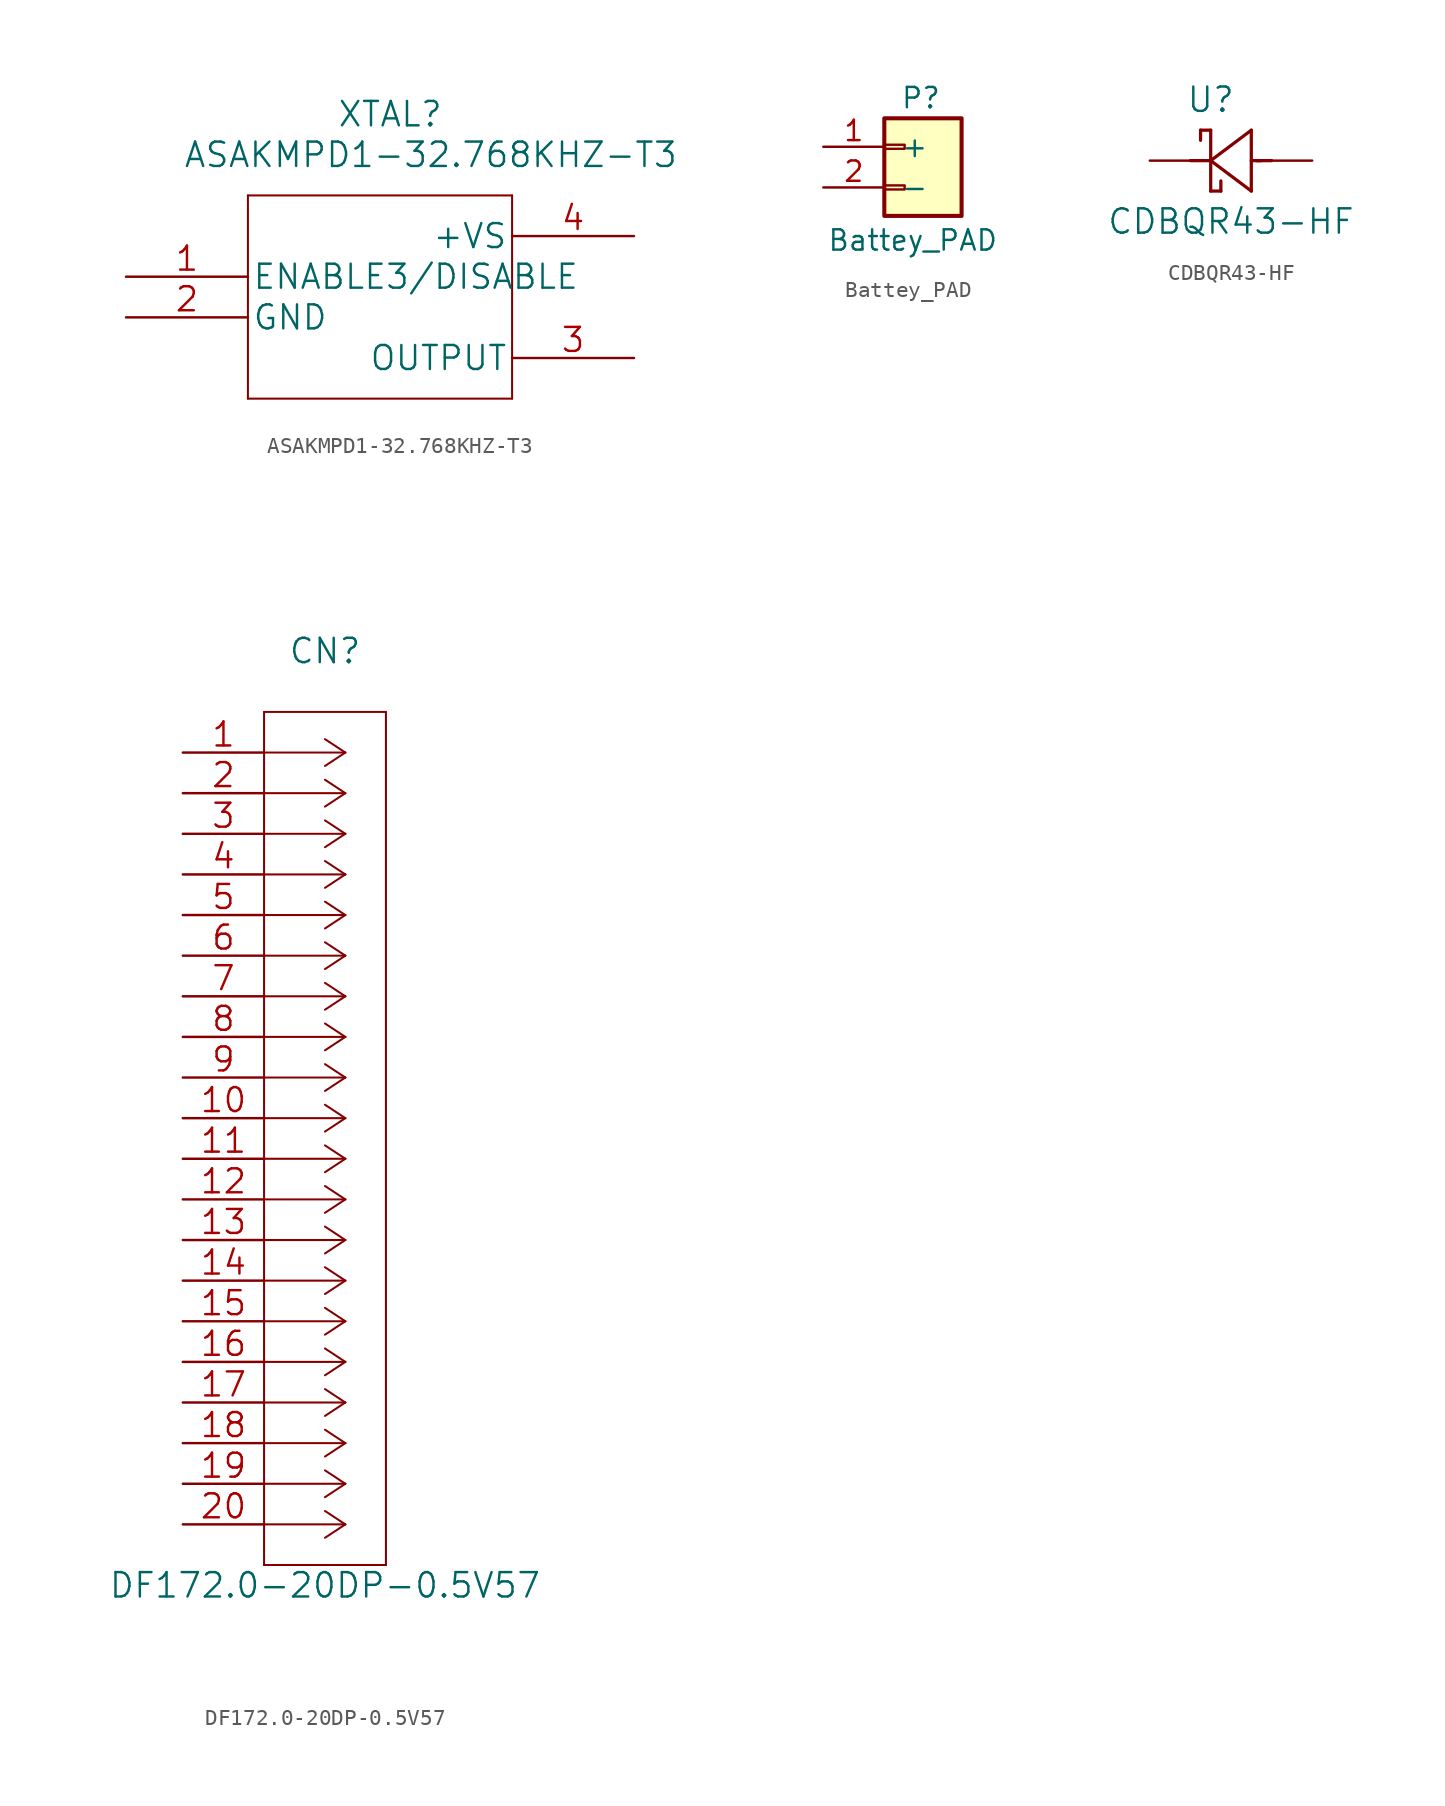
<source format=kicad_sym>
(kicad_symbol_lib
  (version 20211014)
  (generator kicad_symbol_editor)
  (symbol "ASAKMPD1-32.768KHZ-T3"
    (pin_names
      (offset 0.254))
    (property "Reference" "XTAL"
      (at 16.51 10.16 0)
      (effects (font (size 1.524 1.524))))
    (property "Value" "ASAKMPD1-32.768KHZ-T3"
      (at 19.05 7.62 0)
      (effects (font (size 1.524 1.524))))
    (property "Datasheet" ""
      (at 0 0 0)
      (effects (font (size 1.524 1.524))))
    (property "ki_locked" ""
      (at 0 0 0)
      (effects (font (size 1.27 1.27))))
    (symbol "ASAKMPD1-32.768KHZ-T3_1_1"
      (polyline (pts (xy 7.62 -7.62) (xy 24.13 -7.62)) (stroke (width 0.127) (type default) (color 0 0 0 0)) (fill (type none)))
      (polyline (pts (xy 7.62 5.08) (xy 7.62 -7.62)) (stroke (width 0.127) (type default) (color 0 0 0 0)) (fill (type none)))
      (polyline (pts (xy 24.13 -7.62) (xy 24.13 5.08)) (stroke (width 0.127) (type default) (color 0 0 0 0)) (fill (type none)))
      (polyline (pts (xy 24.13 5.08) (xy 7.62 5.08)) (stroke (width 0.127) (type default) (color 0 0 0 0)) (fill (type none)))
      (pin input line (at 0 0 0) (length 7.62) (name "ENABLE3/DISABLE" (effects (font (size 1.499 1.499)))) (number "1" (effects (font (size 1.499 1.499)))))
      (pin power_in line (at 0 -2.54 0) (length 7.62) (name "GND" (effects (font (size 1.499 1.499)))) (number "2" (effects (font (size 1.499 1.499)))))
      (pin output line (at 31.75 -5.08 180) (length 7.62) (name "OUTPUT" (effects (font (size 1.499 1.499)))) (number "3" (effects (font (size 1.499 1.499)))))
      (pin power_in line (at 31.75 2.54 180) (length 7.62) (name "+VS" (effects (font (size 1.499 1.499)))) (number "4" (effects (font (size 1.499 1.499)))))))
  (symbol "Battey_PAD"
    (pin_names
      (offset 1.016))
    (property "Reference" "P"
      (at 1.016 3.048 0)
      (effects (font (size 1.27 1.27))))
    (property "Value" "Battey_PAD"
      (at 0.508 -5.842 0)
      (effects (font (size 1.27 1.27))))
    (symbol "Battey_PAD_1_1"
      (rectangle (start -1.27 -2.413) (end 0 -2.667) (stroke (width 0.152) (type default) (color 0 0 0 0)) (fill (type none)))
      (rectangle (start -1.27 0.127) (end 0 -0.127) (stroke (width 0.152) (type default) (color 0 0 0 0)) (fill (type none)))
      (rectangle (start -1.27 1.778) (end 3.556 -4.318) (stroke (width 0.254) (type default) (color 0 0 0 0)) (fill (type background)))
      (pin power_in line (at -5.08 0 0) (length 3.81) (name "+" (effects (font (size 1.27 1.27)))) (number "1" (effects (font (size 1.27 1.27)))))
      (pin power_out line (at -5.08 -2.54 0) (length 3.81) (name "-" (effects (font (size 1.27 1.27)))) (number "2" (effects (font (size 1.27 1.27)))))))
  (symbol "CDBQR43-HF"
    (pin_numbers hide)
    (pin_names
      (offset 1.651) hide)
    (property "Reference" "U"
      (at 3.81 3.81 0)
      (effects (font (size 1.524 1.524))))
    (property "Value" "CDBQR43-HF"
      (at 5.08 -3.81 0)
      (effects (font (size 1.524 1.524))))
    (property "Datasheet" ""
      (at 0 0 0)
      (effects (font (size 1.524 1.524))))
    (symbol "CDBQR43-HF_1_1"
      (polyline (pts (xy 3.175 1.905) (xy 3.175 1.27)) (stroke (width 0.203) (type default) (color 0 0 0 0)) (fill (type none)))
      (polyline (pts (xy 3.175 1.905) (xy 3.81 1.905)) (stroke (width 0.203) (type default) (color 0 0 0 0)) (fill (type none)))
      (polyline (pts (xy 3.81 0) (xy 2.54 0)) (stroke (width 0.203) (type default) (color 0 0 0 0)) (fill (type none)))
      (polyline (pts (xy 3.81 0) (xy 6.35 -1.905)) (stroke (width 0.203) (type default) (color 0 0 0 0)) (fill (type none)))
      (polyline (pts (xy 3.81 1.905) (xy 3.81 -1.905)) (stroke (width 0.203) (type default) (color 0 0 0 0)) (fill (type none)))
      (polyline (pts (xy 4.445 -1.905) (xy 3.81 -1.905)) (stroke (width 0.203) (type default) (color 0 0 0 0)) (fill (type none)))
      (polyline (pts (xy 4.445 -1.905) (xy 4.445 -1.27)) (stroke (width 0.203) (type default) (color 0 0 0 0)) (fill (type none)))
      (polyline (pts (xy 6.35 -1.905) (xy 6.35 1.905)) (stroke (width 0.203) (type default) (color 0 0 0 0)) (fill (type none)))
      (polyline (pts (xy 6.35 1.905) (xy 3.81 0)) (stroke (width 0.203) (type default) (color 0 0 0 0)) (fill (type none)))
      (polyline (pts (xy 6.985 0) (xy 6.35 0)) (stroke (width 0.203) (type default) (color 0 0 0 0)) (fill (type none)))
      (polyline (pts (xy 7.62 0) (xy 6.68 0)) (stroke (width 0.203) (type default) (color 0 0 0 0)) (fill (type none)))
      (pin unspecified line (at 0 0 0) (length 2.54) (name "1" (effects (font (size 1.499 1.499)))) (number "1" (effects (font (size 1.499 1.499)))))
      (pin unspecified line (at 10.16 0 180) (length 2.54) (name "2" (effects (font (size 1.499 1.499)))) (number "2" (effects (font (size 1.499 1.499)))))))
  (symbol "DF172.0-20DP-0.5V57"
    (pin_names
      (offset 0.254) hide)
    (property "Reference" "CN"
      (at 8.89 6.35 0)
      (effects (font (size 1.524 1.524))))
    (property "Value" "DF172.0-20DP-0.5V57"
      (at 8.89 -52.07 0)
      (effects (font (size 1.524 1.524))))
    (property "Datasheet" ""
      (at 0 0 0)
      (effects (font (size 1.524 1.524))))
    (symbol "DF172.0-20DP-0.5V57_1_1"
      (polyline (pts (xy 5.08 -50.8) (xy 12.7 -50.8)) (stroke (width 0.127) (type default) (color 0 0 0 0)) (fill (type none)))
      (polyline (pts (xy 5.08 2.54) (xy 5.08 -50.8)) (stroke (width 0.127) (type default) (color 0 0 0 0)) (fill (type none)))
      (polyline (pts (xy 10.16 -48.26) (xy 5.08 -48.26)) (stroke (width 0.127) (type default) (color 0 0 0 0)) (fill (type none)))
      (polyline (pts (xy 10.16 -48.26) (xy 8.89 -49.098)) (stroke (width 0.127) (type default) (color 0 0 0 0)) (fill (type none)))
      (polyline (pts (xy 10.16 -48.26) (xy 8.89 -47.422)) (stroke (width 0.127) (type default) (color 0 0 0 0)) (fill (type none)))
      (polyline (pts (xy 10.16 -45.72) (xy 5.08 -45.72)) (stroke (width 0.127) (type default) (color 0 0 0 0)) (fill (type none)))
      (polyline (pts (xy 10.16 -45.72) (xy 8.89 -46.558)) (stroke (width 0.127) (type default) (color 0 0 0 0)) (fill (type none)))
      (polyline (pts (xy 10.16 -45.72) (xy 8.89 -44.882)) (stroke (width 0.127) (type default) (color 0 0 0 0)) (fill (type none)))
      (polyline (pts (xy 10.16 -43.18) (xy 5.08 -43.18)) (stroke (width 0.127) (type default) (color 0 0 0 0)) (fill (type none)))
      (polyline (pts (xy 10.16 -43.18) (xy 8.89 -44.018)) (stroke (width 0.127) (type default) (color 0 0 0 0)) (fill (type none)))
      (polyline (pts (xy 10.16 -43.18) (xy 8.89 -42.342)) (stroke (width 0.127) (type default) (color 0 0 0 0)) (fill (type none)))
      (polyline (pts (xy 10.16 -40.64) (xy 5.08 -40.64)) (stroke (width 0.127) (type default) (color 0 0 0 0)) (fill (type none)))
      (polyline (pts (xy 10.16 -40.64) (xy 8.89 -41.478)) (stroke (width 0.127) (type default) (color 0 0 0 0)) (fill (type none)))
      (polyline (pts (xy 10.16 -40.64) (xy 8.89 -39.802)) (stroke (width 0.127) (type default) (color 0 0 0 0)) (fill (type none)))
      (polyline (pts (xy 10.16 -38.1) (xy 5.08 -38.1)) (stroke (width 0.127) (type default) (color 0 0 0 0)) (fill (type none)))
      (polyline (pts (xy 10.16 -38.1) (xy 8.89 -38.938)) (stroke (width 0.127) (type default) (color 0 0 0 0)) (fill (type none)))
      (polyline (pts (xy 10.16 -38.1) (xy 8.89 -37.262)) (stroke (width 0.127) (type default) (color 0 0 0 0)) (fill (type none)))
      (polyline (pts (xy 10.16 -35.56) (xy 5.08 -35.56)) (stroke (width 0.127) (type default) (color 0 0 0 0)) (fill (type none)))
      (polyline (pts (xy 10.16 -35.56) (xy 8.89 -36.398)) (stroke (width 0.127) (type default) (color 0 0 0 0)) (fill (type none)))
      (polyline (pts (xy 10.16 -35.56) (xy 8.89 -34.722)) (stroke (width 0.127) (type default) (color 0 0 0 0)) (fill (type none)))
      (polyline (pts (xy 10.16 -33.02) (xy 5.08 -33.02)) (stroke (width 0.127) (type default) (color 0 0 0 0)) (fill (type none)))
      (polyline (pts (xy 10.16 -33.02) (xy 8.89 -33.858)) (stroke (width 0.127) (type default) (color 0 0 0 0)) (fill (type none)))
      (polyline (pts (xy 10.16 -33.02) (xy 8.89 -32.182)) (stroke (width 0.127) (type default) (color 0 0 0 0)) (fill (type none)))
      (polyline (pts (xy 10.16 -30.48) (xy 5.08 -30.48)) (stroke (width 0.127) (type default) (color 0 0 0 0)) (fill (type none)))
      (polyline (pts (xy 10.16 -30.48) (xy 8.89 -31.318)) (stroke (width 0.127) (type default) (color 0 0 0 0)) (fill (type none)))
      (polyline (pts (xy 10.16 -30.48) (xy 8.89 -29.642)) (stroke (width 0.127) (type default) (color 0 0 0 0)) (fill (type none)))
      (polyline (pts (xy 10.16 -27.94) (xy 5.08 -27.94)) (stroke (width 0.127) (type default) (color 0 0 0 0)) (fill (type none)))
      (polyline (pts (xy 10.16 -27.94) (xy 8.89 -28.778)) (stroke (width 0.127) (type default) (color 0 0 0 0)) (fill (type none)))
      (polyline (pts (xy 10.16 -27.94) (xy 8.89 -27.102)) (stroke (width 0.127) (type default) (color 0 0 0 0)) (fill (type none)))
      (polyline (pts (xy 10.16 -25.4) (xy 5.08 -25.4)) (stroke (width 0.127) (type default) (color 0 0 0 0)) (fill (type none)))
      (polyline (pts (xy 10.16 -25.4) (xy 8.89 -26.238)) (stroke (width 0.127) (type default) (color 0 0 0 0)) (fill (type none)))
      (polyline (pts (xy 10.16 -25.4) (xy 8.89 -24.562)) (stroke (width 0.127) (type default) (color 0 0 0 0)) (fill (type none)))
      (polyline (pts (xy 10.16 -22.86) (xy 5.08 -22.86)) (stroke (width 0.127) (type default) (color 0 0 0 0)) (fill (type none)))
      (polyline (pts (xy 10.16 -22.86) (xy 8.89 -23.698)) (stroke (width 0.127) (type default) (color 0 0 0 0)) (fill (type none)))
      (polyline (pts (xy 10.16 -22.86) (xy 8.89 -22.022)) (stroke (width 0.127) (type default) (color 0 0 0 0)) (fill (type none)))
      (polyline (pts (xy 10.16 -20.32) (xy 5.08 -20.32)) (stroke (width 0.127) (type default) (color 0 0 0 0)) (fill (type none)))
      (polyline (pts (xy 10.16 -20.32) (xy 8.89 -21.158)) (stroke (width 0.127) (type default) (color 0 0 0 0)) (fill (type none)))
      (polyline (pts (xy 10.16 -20.32) (xy 8.89 -19.482)) (stroke (width 0.127) (type default) (color 0 0 0 0)) (fill (type none)))
      (polyline (pts (xy 10.16 -17.78) (xy 5.08 -17.78)) (stroke (width 0.127) (type default) (color 0 0 0 0)) (fill (type none)))
      (polyline (pts (xy 10.16 -17.78) (xy 8.89 -18.618)) (stroke (width 0.127) (type default) (color 0 0 0 0)) (fill (type none)))
      (polyline (pts (xy 10.16 -17.78) (xy 8.89 -16.942)) (stroke (width 0.127) (type default) (color 0 0 0 0)) (fill (type none)))
      (polyline (pts (xy 10.16 -15.24) (xy 5.08 -15.24)) (stroke (width 0.127) (type default) (color 0 0 0 0)) (fill (type none)))
      (polyline (pts (xy 10.16 -15.24) (xy 8.89 -16.078)) (stroke (width 0.127) (type default) (color 0 0 0 0)) (fill (type none)))
      (polyline (pts (xy 10.16 -15.24) (xy 8.89 -14.402)) (stroke (width 0.127) (type default) (color 0 0 0 0)) (fill (type none)))
      (polyline (pts (xy 10.16 -12.7) (xy 5.08 -12.7)) (stroke (width 0.127) (type default) (color 0 0 0 0)) (fill (type none)))
      (polyline (pts (xy 10.16 -12.7) (xy 8.89 -13.538)) (stroke (width 0.127) (type default) (color 0 0 0 0)) (fill (type none)))
      (polyline (pts (xy 10.16 -12.7) (xy 8.89 -11.862)) (stroke (width 0.127) (type default) (color 0 0 0 0)) (fill (type none)))
      (polyline (pts (xy 10.16 -10.16) (xy 5.08 -10.16)) (stroke (width 0.127) (type default) (color 0 0 0 0)) (fill (type none)))
      (polyline (pts (xy 10.16 -10.16) (xy 8.89 -10.998)) (stroke (width 0.127) (type default) (color 0 0 0 0)) (fill (type none)))
      (polyline (pts (xy 10.16 -10.16) (xy 8.89 -9.322)) (stroke (width 0.127) (type default) (color 0 0 0 0)) (fill (type none)))
      (polyline (pts (xy 10.16 -7.62) (xy 5.08 -7.62)) (stroke (width 0.127) (type default) (color 0 0 0 0)) (fill (type none)))
      (polyline (pts (xy 10.16 -7.62) (xy 8.89 -8.458)) (stroke (width 0.127) (type default) (color 0 0 0 0)) (fill (type none)))
      (polyline (pts (xy 10.16 -7.62) (xy 8.89 -6.782)) (stroke (width 0.127) (type default) (color 0 0 0 0)) (fill (type none)))
      (polyline (pts (xy 10.16 -5.08) (xy 5.08 -5.08)) (stroke (width 0.127) (type default) (color 0 0 0 0)) (fill (type none)))
      (polyline (pts (xy 10.16 -5.08) (xy 8.89 -5.918)) (stroke (width 0.127) (type default) (color 0 0 0 0)) (fill (type none)))
      (polyline (pts (xy 10.16 -5.08) (xy 8.89 -4.242)) (stroke (width 0.127) (type default) (color 0 0 0 0)) (fill (type none)))
      (polyline (pts (xy 10.16 -2.54) (xy 5.08 -2.54)) (stroke (width 0.127) (type default) (color 0 0 0 0)) (fill (type none)))
      (polyline (pts (xy 10.16 -2.54) (xy 8.89 -3.378)) (stroke (width 0.127) (type default) (color 0 0 0 0)) (fill (type none)))
      (polyline (pts (xy 10.16 -2.54) (xy 8.89 -1.702)) (stroke (width 0.127) (type default) (color 0 0 0 0)) (fill (type none)))
      (polyline (pts (xy 10.16 0) (xy 5.08 0)) (stroke (width 0.127) (type default) (color 0 0 0 0)) (fill (type none)))
      (polyline (pts (xy 10.16 0) (xy 8.89 -0.838)) (stroke (width 0.127) (type default) (color 0 0 0 0)) (fill (type none)))
      (polyline (pts (xy 10.16 0) (xy 8.89 0.838)) (stroke (width 0.127) (type default) (color 0 0 0 0)) (fill (type none)))
      (polyline (pts (xy 12.7 -50.8) (xy 12.7 2.54)) (stroke (width 0.127) (type default) (color 0 0 0 0)) (fill (type none)))
      (polyline (pts (xy 12.7 2.54) (xy 5.08 2.54)) (stroke (width 0.127) (type default) (color 0 0 0 0)) (fill (type none)))
      (pin unspecified line (at 0 0 0) (length 5.08) (name "1" (effects (font (size 1.499 1.499)))) (number "1" (effects (font (size 1.499 1.499)))))
      (pin unspecified line (at 0 -22.86 0) (length 5.08) (name "10" (effects (font (size 1.499 1.499)))) (number "10" (effects (font (size 1.499 1.499)))))
      (pin unspecified line (at 0 -25.4 0) (length 5.08) (name "11" (effects (font (size 1.499 1.499)))) (number "11" (effects (font (size 1.499 1.499)))))
      (pin unspecified line (at 0 -27.94 0) (length 5.08) (name "12" (effects (font (size 1.499 1.499)))) (number "12" (effects (font (size 1.499 1.499)))))
      (pin unspecified line (at 0 -30.48 0) (length 5.08) (name "13" (effects (font (size 1.499 1.499)))) (number "13" (effects (font (size 1.499 1.499)))))
      (pin unspecified line (at 0 -33.02 0) (length 5.08) (name "14" (effects (font (size 1.499 1.499)))) (number "14" (effects (font (size 1.499 1.499)))))
      (pin unspecified line (at 0 -35.56 0) (length 5.08) (name "15" (effects (font (size 1.499 1.499)))) (number "15" (effects (font (size 1.499 1.499)))))
      (pin unspecified line (at 0 -38.1 0) (length 5.08) (name "16" (effects (font (size 1.499 1.499)))) (number "16" (effects (font (size 1.499 1.499)))))
      (pin unspecified line (at 0 -40.64 0) (length 5.08) (name "17" (effects (font (size 1.499 1.499)))) (number "17" (effects (font (size 1.499 1.499)))))
      (pin unspecified line (at 0 -43.18 0) (length 5.08) (name "18" (effects (font (size 1.499 1.499)))) (number "18" (effects (font (size 1.499 1.499)))))
      (pin unspecified line (at 0 -45.72 0) (length 5.08) (name "19" (effects (font (size 1.499 1.499)))) (number "19" (effects (font (size 1.499 1.499)))))
      (pin unspecified line (at 0 -2.54 0) (length 5.08) (name "2" (effects (font (size 1.499 1.499)))) (number "2" (effects (font (size 1.499 1.499)))))
      (pin unspecified line (at 0 -48.26 0) (length 5.08) (name "20" (effects (font (size 1.499 1.499)))) (number "20" (effects (font (size 1.499 1.499)))))
      (pin unspecified line (at 0 -5.08 0) (length 5.08) (name "3" (effects (font (size 1.499 1.499)))) (number "3" (effects (font (size 1.499 1.499)))))
      (pin unspecified line (at 0 -7.62 0) (length 5.08) (name "4" (effects (font (size 1.499 1.499)))) (number "4" (effects (font (size 1.499 1.499)))))
      (pin unspecified line (at 0 -10.16 0) (length 5.08) (name "5" (effects (font (size 1.499 1.499)))) (number "5" (effects (font (size 1.499 1.499)))))
      (pin unspecified line (at 0 -12.7 0) (length 5.08) (name "6" (effects (font (size 1.499 1.499)))) (number "6" (effects (font (size 1.499 1.499)))))
      (pin unspecified line (at 0 -15.24 0) (length 5.08) (name "7" (effects (font (size 1.499 1.499)))) (number "7" (effects (font (size 1.499 1.499)))))
      (pin unspecified line (at 0 -17.78 0) (length 5.08) (name "8" (effects (font (size 1.499 1.499)))) (number "8" (effects (font (size 1.499 1.499)))))
      (pin unspecified line (at 0 -20.32 0) (length 5.08) (name "9" (effects (font (size 1.499 1.499)))) (number "9" (effects (font (size 1.499 1.499))))))))
</source>
